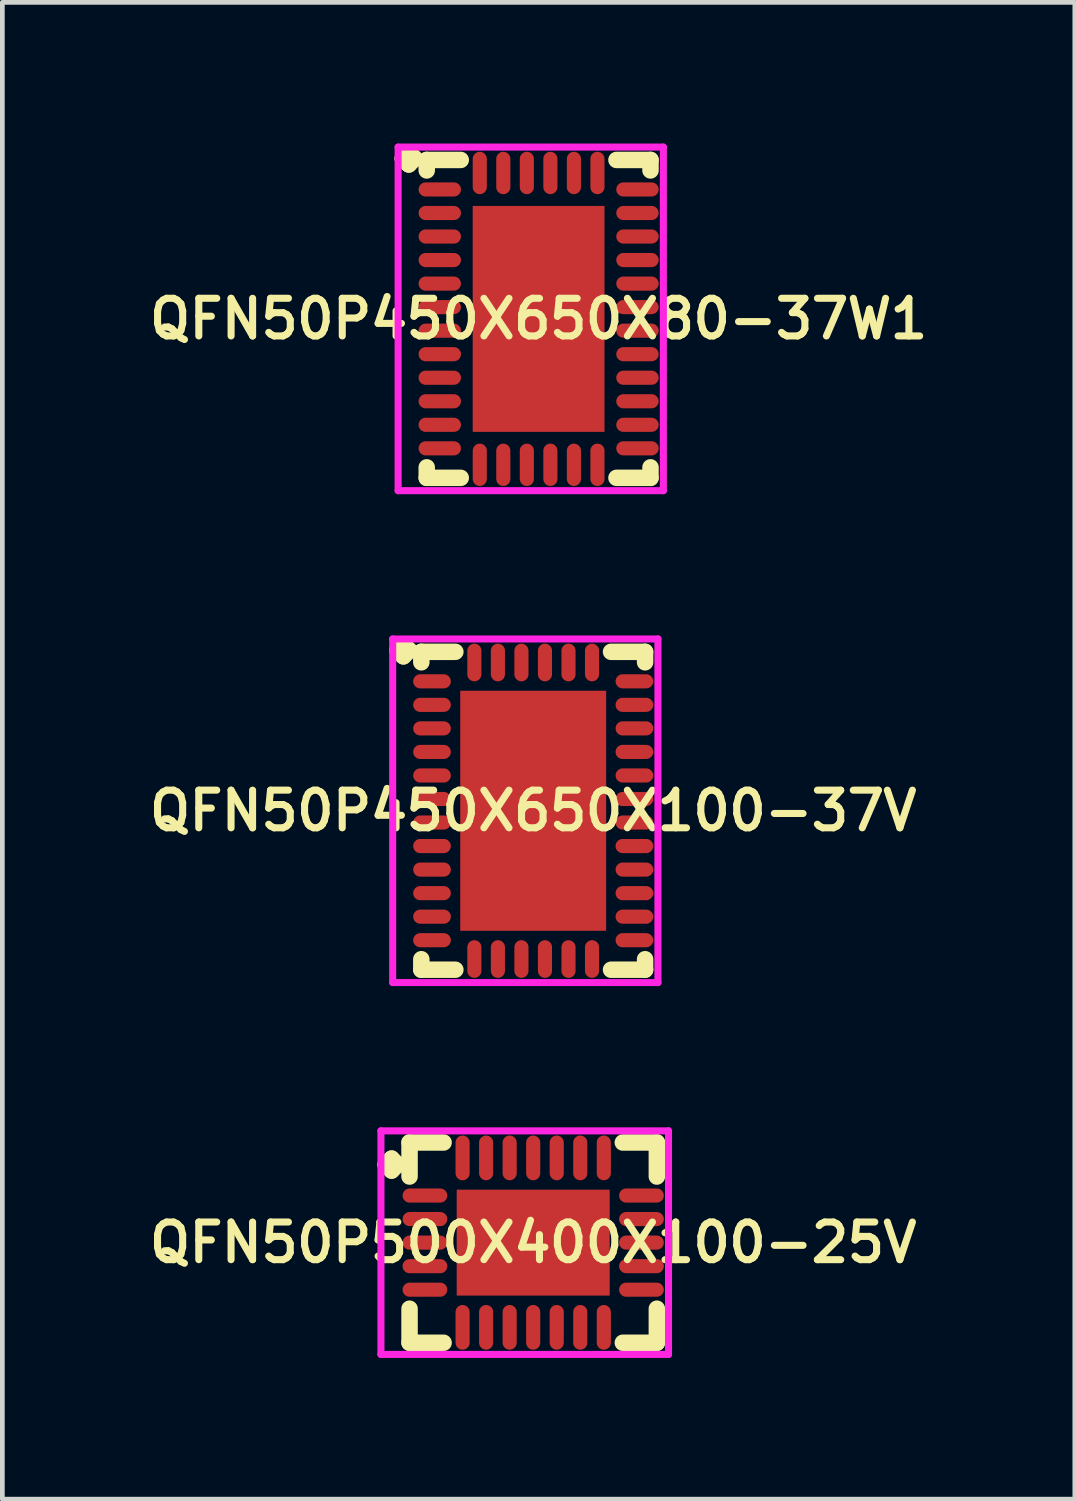
<source format=kicad_pcb>
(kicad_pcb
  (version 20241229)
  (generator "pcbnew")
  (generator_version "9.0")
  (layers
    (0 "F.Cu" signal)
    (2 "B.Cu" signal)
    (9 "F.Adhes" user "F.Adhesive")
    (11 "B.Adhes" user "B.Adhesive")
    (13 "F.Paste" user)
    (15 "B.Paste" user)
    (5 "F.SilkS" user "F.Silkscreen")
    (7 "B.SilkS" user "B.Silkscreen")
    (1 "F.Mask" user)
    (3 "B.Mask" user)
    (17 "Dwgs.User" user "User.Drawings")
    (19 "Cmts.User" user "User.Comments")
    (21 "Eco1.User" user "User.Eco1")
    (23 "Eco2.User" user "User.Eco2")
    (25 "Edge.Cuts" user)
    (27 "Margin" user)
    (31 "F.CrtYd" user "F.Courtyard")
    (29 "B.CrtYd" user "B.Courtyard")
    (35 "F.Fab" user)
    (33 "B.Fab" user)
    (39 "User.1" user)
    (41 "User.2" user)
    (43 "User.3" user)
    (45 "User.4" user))
  (footprint "QFN50P450X650X80-37W1"
    (layer "F.Cu")
    (at 8.393 3.725)
    (property "Reference" "QFN50P450X650X80-37W1" (at 0 0 0) (layer "F.SilkS") (effects (font (size 0.8 0.8) (thickness 0.15))))
    (attr smd)
    (fp_line (start -2.885 -3.408) (end -2.758 -3.535) (stroke (width 0.35) (type solid)) (layer "F.SilkS"))
    (fp_line (start -2.758 -3.535) (end -2.631 -3.408) (stroke (width 0.35) (type solid)) (layer "F.SilkS"))
    (fp_line (start -2.758 -3.281) (end -2.885 -3.408) (stroke (width 0.35) (type solid)) (layer "F.SilkS"))
    (fp_line (start -2.631 -3.408) (end -2.758 -3.281) (stroke (width 0.35) (type solid)) (layer "F.SilkS"))
    (fp_line (start -2.377 -3.377) (end -1.654 -3.377) (stroke (width 0.35) (type solid)) (layer "F.SilkS"))
    (fp_line (start -2.377 -3.154) (end -2.377 -3.377) (stroke (width 0.35) (type solid)) (layer "F.SilkS"))
    (fp_line (start -2.377 3.154) (end -2.377 3.377) (stroke (width 0.35) (type solid)) (layer "F.SilkS"))
    (fp_line (start -2.377 3.377) (end -1.654 3.377) (stroke (width 0.35) (type solid)) (layer "F.SilkS"))
    (fp_line (start 1.654 -3.377) (end 2.377 -3.377) (stroke (width 0.35) (type solid)) (layer "F.SilkS"))
    (fp_line (start 1.654 3.377) (end 2.377 3.377) (stroke (width 0.35) (type solid)) (layer "F.SilkS"))
    (fp_line (start 2.377 -3.377) (end 2.377 -3.154) (stroke (width 0.35) (type solid)) (layer "F.SilkS"))
    (fp_line (start 2.377 3.377) (end 2.377 3.154) (stroke (width 0.35) (type solid)) (layer "F.SilkS"))
    (fp_line (start -2.985 -3.65) (end 2.65 -3.65) (stroke (width 0.15) (type solid)) (layer "F.CrtYd"))
    (fp_line (start -2.985 3.65) (end -2.985 -3.65) (stroke (width 0.15) (type solid)) (layer "F.CrtYd"))
    (fp_line (start 2.65 -3.65) (end 2.65 3.65) (stroke (width 0.15) (type solid)) (layer "F.CrtYd"))
    (fp_line (start 2.65 3.65) (end -2.985 3.65) (stroke (width 0.15) (type solid)) (layer "F.CrtYd"))
    (pad "1" smd oval (at -2.1 -2.75) (size 0.9 0.3) (layers "F.Cu" "F.Mask" "F.Paste"))
    (pad "2" smd oval (at -2.1 -2.25) (size 0.9 0.3) (layers "F.Cu" "F.Mask" "F.Paste"))
    (pad "3" smd oval (at -2.1 -1.75) (size 0.9 0.3) (layers "F.Cu" "F.Mask" "F.Paste"))
    (pad "4" smd oval (at -2.1 -1.25) (size 0.9 0.3) (layers "F.Cu" "F.Mask" "F.Paste"))
    (pad "5" smd oval (at -2.1 -0.75) (size 0.9 0.3) (layers "F.Cu" "F.Mask" "F.Paste"))
    (pad "6" smd oval (at -2.1 -0.25) (size 0.9 0.3) (layers "F.Cu" "F.Mask" "F.Paste"))
    (pad "7" smd oval (at -2.1 0.25) (size 0.9 0.3) (layers "F.Cu" "F.Mask" "F.Paste"))
    (pad "8" smd oval (at -2.1 0.75) (size 0.9 0.3) (layers "F.Cu" "F.Mask" "F.Paste"))
    (pad "9" smd oval (at -2.1 1.25) (size 0.9 0.3) (layers "F.Cu" "F.Mask" "F.Paste"))
    (pad "10" smd oval (at -2.1 1.75) (size 0.9 0.3) (layers "F.Cu" "F.Mask" "F.Paste"))
    (pad "11" smd oval (at -2.1 2.25) (size 0.9 0.3) (layers "F.Cu" "F.Mask" "F.Paste"))
    (pad "12" smd oval (at -2.1 2.75) (size 0.9 0.3) (layers "F.Cu" "F.Mask" "F.Paste"))
    (pad "13" smd oval (at -1.25 3.1) (size 0.3 0.9) (layers "F.Cu" "F.Mask" "F.Paste"))
    (pad "14" smd oval (at -0.75 3.1) (size 0.3 0.9) (layers "F.Cu" "F.Mask" "F.Paste"))
    (pad "15" smd oval (at -0.25 3.1) (size 0.3 0.9) (layers "F.Cu" "F.Mask" "F.Paste"))
    (pad "16" smd oval (at 0.25 3.1) (size 0.3 0.9) (layers "F.Cu" "F.Mask" "F.Paste"))
    (pad "17" smd oval (at 0.75 3.1) (size 0.3 0.9) (layers "F.Cu" "F.Mask" "F.Paste"))
    (pad "18" smd oval (at 1.25 3.1) (size 0.3 0.9) (layers "F.Cu" "F.Mask" "F.Paste"))
    (pad "19" smd oval (at 2.1 2.75) (size 0.9 0.3) (layers "F.Cu" "F.Mask" "F.Paste"))
    (pad "20" smd oval (at 2.1 2.25) (size 0.9 0.3) (layers "F.Cu" "F.Mask" "F.Paste"))
    (pad "21" smd oval (at 2.1 1.75) (size 0.9 0.3) (layers "F.Cu" "F.Mask" "F.Paste"))
    (pad "22" smd oval (at 2.1 1.25) (size 0.9 0.3) (layers "F.Cu" "F.Mask" "F.Paste"))
    (pad "23" smd oval (at 2.1 0.75) (size 0.9 0.3) (layers "F.Cu" "F.Mask" "F.Paste"))
    (pad "24" smd oval (at 2.1 0.25) (size 0.9 0.3) (layers "F.Cu" "F.Mask" "F.Paste"))
    (pad "25" smd oval (at 2.1 -0.25) (size 0.9 0.3) (layers "F.Cu" "F.Mask" "F.Paste"))
    (pad "26" smd oval (at 2.1 -0.75) (size 0.9 0.3) (layers "F.Cu" "F.Mask" "F.Paste"))
    (pad "27" smd oval (at 2.1 -1.25) (size 0.9 0.3) (layers "F.Cu" "F.Mask" "F.Paste"))
    (pad "28" smd oval (at 2.1 -1.75) (size 0.9 0.3) (layers "F.Cu" "F.Mask" "F.Paste"))
    (pad "29" smd oval (at 2.1 -2.25) (size 0.9 0.3) (layers "F.Cu" "F.Mask" "F.Paste"))
    (pad "30" smd oval (at 2.1 -2.75) (size 0.9 0.3) (layers "F.Cu" "F.Mask" "F.Paste"))
    (pad "31" smd oval (at 1.25 -3.1) (size 0.3 0.9) (layers "F.Cu" "F.Mask" "F.Paste"))
    (pad "32" smd oval (at 0.75 -3.1) (size 0.3 0.9) (layers "F.Cu" "F.Mask" "F.Paste"))
    (pad "33" smd oval (at 0.25 -3.1) (size 0.3 0.9) (layers "F.Cu" "F.Mask" "F.Paste"))
    (pad "34" smd oval (at -0.25 -3.1) (size 0.3 0.9) (layers "F.Cu" "F.Mask" "F.Paste"))
    (pad "35" smd oval (at -0.75 -3.1) (size 0.3 0.9) (layers "F.Cu" "F.Mask" "F.Paste"))
    (pad "36" smd oval (at -1.25 -3.1) (size 0.3 0.9) (layers "F.Cu" "F.Mask" "F.Paste"))
    (pad "37" smd rect (at 0 0) (size 2.8 4.8) (layers "F.Cu" "F.Mask" "F.Paste")))
  (footprint "QFN50P450X650X100-37V"
    (layer "F.Cu")
    (at 8.278 14.175)
    (property "Reference" "QFN50P450X650X100-37V" (at 0 0 0) (layer "F.SilkS") (effects (font (size 0.8 0.8) (thickness 0.15))))
    (attr through_hole)
    (fp_line (start -2.885 -3.408) (end -2.758 -3.535) (stroke (width 0.35) (type solid)) (layer "F.SilkS"))
    (fp_line (start -2.758 -3.535) (end -2.631 -3.408) (stroke (width 0.35) (type solid)) (layer "F.SilkS"))
    (fp_line (start -2.758 -3.281) (end -2.885 -3.408) (stroke (width 0.35) (type solid)) (layer "F.SilkS"))
    (fp_line (start -2.631 -3.408) (end -2.758 -3.281) (stroke (width 0.35) (type solid)) (layer "F.SilkS"))
    (fp_line (start -2.377 -3.377) (end -1.654 -3.377) (stroke (width 0.35) (type solid)) (layer "F.SilkS"))
    (fp_line (start -2.377 -3.154) (end -2.377 -3.377) (stroke (width 0.35) (type solid)) (layer "F.SilkS"))
    (fp_line (start -2.377 3.154) (end -2.377 3.377) (stroke (width 0.35) (type solid)) (layer "F.SilkS"))
    (fp_line (start -2.377 3.377) (end -1.654 3.377) (stroke (width 0.35) (type solid)) (layer "F.SilkS"))
    (fp_line (start 1.654 -3.377) (end 2.377 -3.377) (stroke (width 0.35) (type solid)) (layer "F.SilkS"))
    (fp_line (start 1.654 3.377) (end 2.377 3.377) (stroke (width 0.35) (type solid)) (layer "F.SilkS"))
    (fp_line (start 2.377 -3.377) (end 2.377 -3.154) (stroke (width 0.35) (type solid)) (layer "F.SilkS"))
    (fp_line (start 2.377 3.377) (end 2.377 3.154) (stroke (width 0.35) (type solid)) (layer "F.SilkS"))
    (fp_line (start -2.985 -3.65) (end 2.65 -3.65) (stroke (width 0.15) (type solid)) (layer "F.CrtYd"))
    (fp_line (start -2.985 3.65) (end -2.985 -3.65) (stroke (width 0.15) (type solid)) (layer "F.CrtYd"))
    (fp_line (start 2.65 -3.65) (end 2.65 3.65) (stroke (width 0.15) (type solid)) (layer "F.CrtYd"))
    (fp_line (start 2.65 3.65) (end -2.985 3.65) (stroke (width 0.15) (type solid)) (layer "F.CrtYd"))
    (pad "1" smd oval (at -2.15 -2.75) (size 0.8 0.3) (layers "F.Cu" "F.Mask" "F.Paste"))
    (pad "2" smd oval (at -2.15 -2.25) (size 0.8 0.3) (layers "F.Cu" "F.Mask" "F.Paste"))
    (pad "3" smd oval (at -2.15 -1.75) (size 0.8 0.3) (layers "F.Cu" "F.Mask" "F.Paste"))
    (pad "4" smd oval (at -2.15 -1.25) (size 0.8 0.3) (layers "F.Cu" "F.Mask" "F.Paste"))
    (pad "5" smd oval (at -2.15 -0.75) (size 0.8 0.3) (layers "F.Cu" "F.Mask" "F.Paste"))
    (pad "6" smd oval (at -2.15 -0.25) (size 0.8 0.3) (layers "F.Cu" "F.Mask" "F.Paste"))
    (pad "7" smd oval (at -2.15 0.25) (size 0.8 0.3) (layers "F.Cu" "F.Mask" "F.Paste"))
    (pad "8" smd oval (at -2.15 0.75) (size 0.8 0.3) (layers "F.Cu" "F.Mask" "F.Paste"))
    (pad "9" smd oval (at -2.15 1.25) (size 0.8 0.3) (layers "F.Cu" "F.Mask" "F.Paste"))
    (pad "10" smd oval (at -2.15 1.75) (size 0.8 0.3) (layers "F.Cu" "F.Mask" "F.Paste"))
    (pad "11" smd oval (at -2.15 2.25) (size 0.8 0.3) (layers "F.Cu" "F.Mask" "F.Paste"))
    (pad "12" smd oval (at -2.15 2.75) (size 0.8 0.3) (layers "F.Cu" "F.Mask" "F.Paste"))
    (pad "13" smd oval (at -1.25 3.15) (size 0.3 0.8) (layers "F.Cu" "F.Mask" "F.Paste"))
    (pad "14" smd oval (at -0.75 3.15) (size 0.3 0.8) (layers "F.Cu" "F.Mask" "F.Paste"))
    (pad "15" smd oval (at -0.25 3.15) (size 0.3 0.8) (layers "F.Cu" "F.Mask" "F.Paste"))
    (pad "16" smd oval (at 0.25 3.15) (size 0.3 0.8) (layers "F.Cu" "F.Mask" "F.Paste"))
    (pad "17" smd oval (at 0.75 3.15) (size 0.3 0.8) (layers "F.Cu" "F.Mask" "F.Paste"))
    (pad "18" smd oval (at 1.25 3.15) (size 0.3 0.8) (layers "F.Cu" "F.Mask" "F.Paste"))
    (pad "19" smd oval (at 2.15 2.75) (size 0.8 0.3) (layers "F.Cu" "F.Mask" "F.Paste"))
    (pad "20" smd oval (at 2.15 2.25) (size 0.8 0.3) (layers "F.Cu" "F.Mask" "F.Paste"))
    (pad "21" smd oval (at 2.15 1.75) (size 0.8 0.3) (layers "F.Cu" "F.Mask" "F.Paste"))
    (pad "22" smd oval (at 2.15 1.25) (size 0.8 0.3) (layers "F.Cu" "F.Mask" "F.Paste"))
    (pad "23" smd oval (at 2.15 0.75) (size 0.8 0.3) (layers "F.Cu" "F.Mask" "F.Paste"))
    (pad "24" smd oval (at 2.15 0.25) (size 0.8 0.3) (layers "F.Cu" "F.Mask" "F.Paste"))
    (pad "25" smd oval (at 2.15 -0.25) (size 0.8 0.3) (layers "F.Cu" "F.Mask" "F.Paste"))
    (pad "26" smd oval (at 2.15 -0.75) (size 0.8 0.3) (layers "F.Cu" "F.Mask" "F.Paste"))
    (pad "27" smd oval (at 2.15 -1.25) (size 0.8 0.3) (layers "F.Cu" "F.Mask" "F.Paste"))
    (pad "28" smd oval (at 2.15 -1.75) (size 0.8 0.3) (layers "F.Cu" "F.Mask" "F.Paste"))
    (pad "29" smd oval (at 2.15 -2.25) (size 0.8 0.3) (layers "F.Cu" "F.Mask" "F.Paste"))
    (pad "30" smd oval (at 2.15 -2.75) (size 0.8 0.3) (layers "F.Cu" "F.Mask" "F.Paste"))
    (pad "31" smd oval (at 1.25 -3.15) (size 0.3 0.8) (layers "F.Cu" "F.Mask" "F.Paste"))
    (pad "32" smd oval (at 0.75 -3.15) (size 0.3 0.8) (layers "F.Cu" "F.Mask" "F.Paste"))
    (pad "33" smd oval (at 0.25 -3.15) (size 0.3 0.8) (layers "F.Cu" "F.Mask" "F.Paste"))
    (pad "34" smd oval (at -0.25 -3.15) (size 0.3 0.8) (layers "F.Cu" "F.Mask" "F.Paste"))
    (pad "35" smd oval (at -0.75 -3.15) (size 0.3 0.8) (layers "F.Cu" "F.Mask" "F.Paste"))
    (pad "36" smd oval (at -1.25 -3.15) (size 0.3 0.8) (layers "F.Cu" "F.Mask" "F.Paste"))
    (pad "37" smd rect (at 0 0) (size 3.1 5.1) (layers "F.Cu" "F.Mask" "F.Paste")))
  (footprint "QFN50P500X400X100-25V"
    (layer "F.Cu")
    (at 8.278 23.35)
    (property "Reference" "QFN50P500X400X100-25V" (at 0 0 0) (layer "F.SilkS") (effects (font (size 0.8 0.8) (thickness 0.15))))
    (attr smd)
    (fp_line (start -3.135 -1.658) (end -3.008 -1.785) (stroke (width 0.35) (type solid)) (layer "F.SilkS"))
    (fp_line (start -3.008 -1.785) (end -2.881 -1.658) (stroke (width 0.35) (type solid)) (layer "F.SilkS"))
    (fp_line (start -3.008 -1.531) (end -3.135 -1.658) (stroke (width 0.35) (type solid)) (layer "F.SilkS"))
    (fp_line (start -2.881 -1.658) (end -3.008 -1.531) (stroke (width 0.35) (type solid)) (layer "F.SilkS"))
    (fp_line (start -2.627 -2.127) (end -1.904 -2.127) (stroke (width 0.35) (type solid)) (layer "F.SilkS"))
    (fp_line (start -2.627 -1.404) (end -2.627 -2.127) (stroke (width 0.35) (type solid)) (layer "F.SilkS"))
    (fp_line (start -2.627 1.404) (end -2.627 2.127) (stroke (width 0.35) (type solid)) (layer "F.SilkS"))
    (fp_line (start -2.627 2.127) (end -1.904 2.127) (stroke (width 0.35) (type solid)) (layer "F.SilkS"))
    (fp_line (start 1.904 -2.127) (end 2.627 -2.127) (stroke (width 0.35) (type solid)) (layer "F.SilkS"))
    (fp_line (start 1.904 2.127) (end 2.627 2.127) (stroke (width 0.35) (type solid)) (layer "F.SilkS"))
    (fp_line (start 2.627 -2.127) (end 2.627 -1.404) (stroke (width 0.35) (type solid)) (layer "F.SilkS"))
    (fp_line (start 2.627 2.127) (end 2.627 1.404) (stroke (width 0.35) (type solid)) (layer "F.SilkS"))
    (fp_line (start -3.235 -2.375) (end 2.875 -2.375) (stroke (width 0.15) (type solid)) (layer "F.CrtYd"))
    (fp_line (start -3.235 2.375) (end -3.235 -2.375) (stroke (width 0.15) (type solid)) (layer "F.CrtYd"))
    (fp_line (start 2.875 -2.375) (end 2.875 2.375) (stroke (width 0.15) (type solid)) (layer "F.CrtYd"))
    (fp_line (start 2.875 2.375) (end -3.235 2.375) (stroke (width 0.15) (type solid)) (layer "F.CrtYd"))
    (pad "1" smd oval (at -2.3 -1) (size 0.95 0.3) (layers "F.Cu" "F.Mask" "F.Paste"))
    (pad "2" smd oval (at -2.3 -0.5) (size 0.95 0.3) (layers "F.Cu" "F.Mask" "F.Paste"))
    (pad "3" smd oval (at -2.3 0) (size 0.95 0.3) (layers "F.Cu" "F.Mask" "F.Paste"))
    (pad "4" smd oval (at -2.3 0.5) (size 0.95 0.3) (layers "F.Cu" "F.Mask" "F.Paste"))
    (pad "5" smd oval (at -2.3 1) (size 0.95 0.3) (layers "F.Cu" "F.Mask" "F.Paste"))
    (pad "6" smd oval (at -1.5 1.8) (size 0.3 0.95) (layers "F.Cu" "F.Mask" "F.Paste"))
    (pad "7" smd oval (at -1 1.8) (size 0.3 0.95) (layers "F.Cu" "F.Mask" "F.Paste"))
    (pad "8" smd oval (at -0.5 1.8) (size 0.3 0.95) (layers "F.Cu" "F.Mask" "F.Paste"))
    (pad "9" smd oval (at 0 1.8) (size 0.3 0.95) (layers "F.Cu" "F.Mask" "F.Paste"))
    (pad "10" smd oval (at 0.5 1.8) (size 0.3 0.95) (layers "F.Cu" "F.Mask" "F.Paste"))
    (pad "11" smd oval (at 1 1.8) (size 0.3 0.95) (layers "F.Cu" "F.Mask" "F.Paste"))
    (pad "12" smd oval (at 1.5 1.8) (size 0.3 0.95) (layers "F.Cu" "F.Mask" "F.Paste"))
    (pad "13" smd oval (at 2.3 1) (size 0.95 0.3) (layers "F.Cu" "F.Mask" "F.Paste"))
    (pad "14" smd oval (at 2.3 0.5) (size 0.95 0.3) (layers "F.Cu" "F.Mask" "F.Paste"))
    (pad "15" smd oval (at 2.3 0) (size 0.95 0.3) (layers "F.Cu" "F.Mask" "F.Paste"))
    (pad "16" smd oval (at 2.3 -0.5) (size 0.95 0.3) (layers "F.Cu" "F.Mask" "F.Paste"))
    (pad "17" smd oval (at 2.3 -1) (size 0.95 0.3) (layers "F.Cu" "F.Mask" "F.Paste"))
    (pad "18" smd oval (at 1.5 -1.8) (size 0.3 0.95) (layers "F.Cu" "F.Mask" "F.Paste"))
    (pad "19" smd oval (at 1 -1.8) (size 0.3 0.95) (layers "F.Cu" "F.Mask" "F.Paste"))
    (pad "20" smd oval (at 0.5 -1.8) (size 0.3 0.95) (layers "F.Cu" "F.Mask" "F.Paste"))
    (pad "21" smd oval (at 0 -1.8) (size 0.3 0.95) (layers "F.Cu" "F.Mask" "F.Paste"))
    (pad "22" smd oval (at -0.5 -1.8) (size 0.3 0.95) (layers "F.Cu" "F.Mask" "F.Paste"))
    (pad "23" smd oval (at -1 -1.8) (size 0.3 0.95) (layers "F.Cu" "F.Mask" "F.Paste"))
    (pad "24" smd oval (at -1.5 -1.8) (size 0.3 0.95) (layers "F.Cu" "F.Mask" "F.Paste"))
    (pad "25" smd rect (at 0 0) (size 3.25 2.25) (layers "F.Cu" "F.Mask" "F.Paste")))
  (gr_rect
    (start -3 -3)
    (end 19.785 28.8)
    (stroke (width 0.1) (type default))
    (fill no)
    (layer "Edge.Cuts")))
</source>
